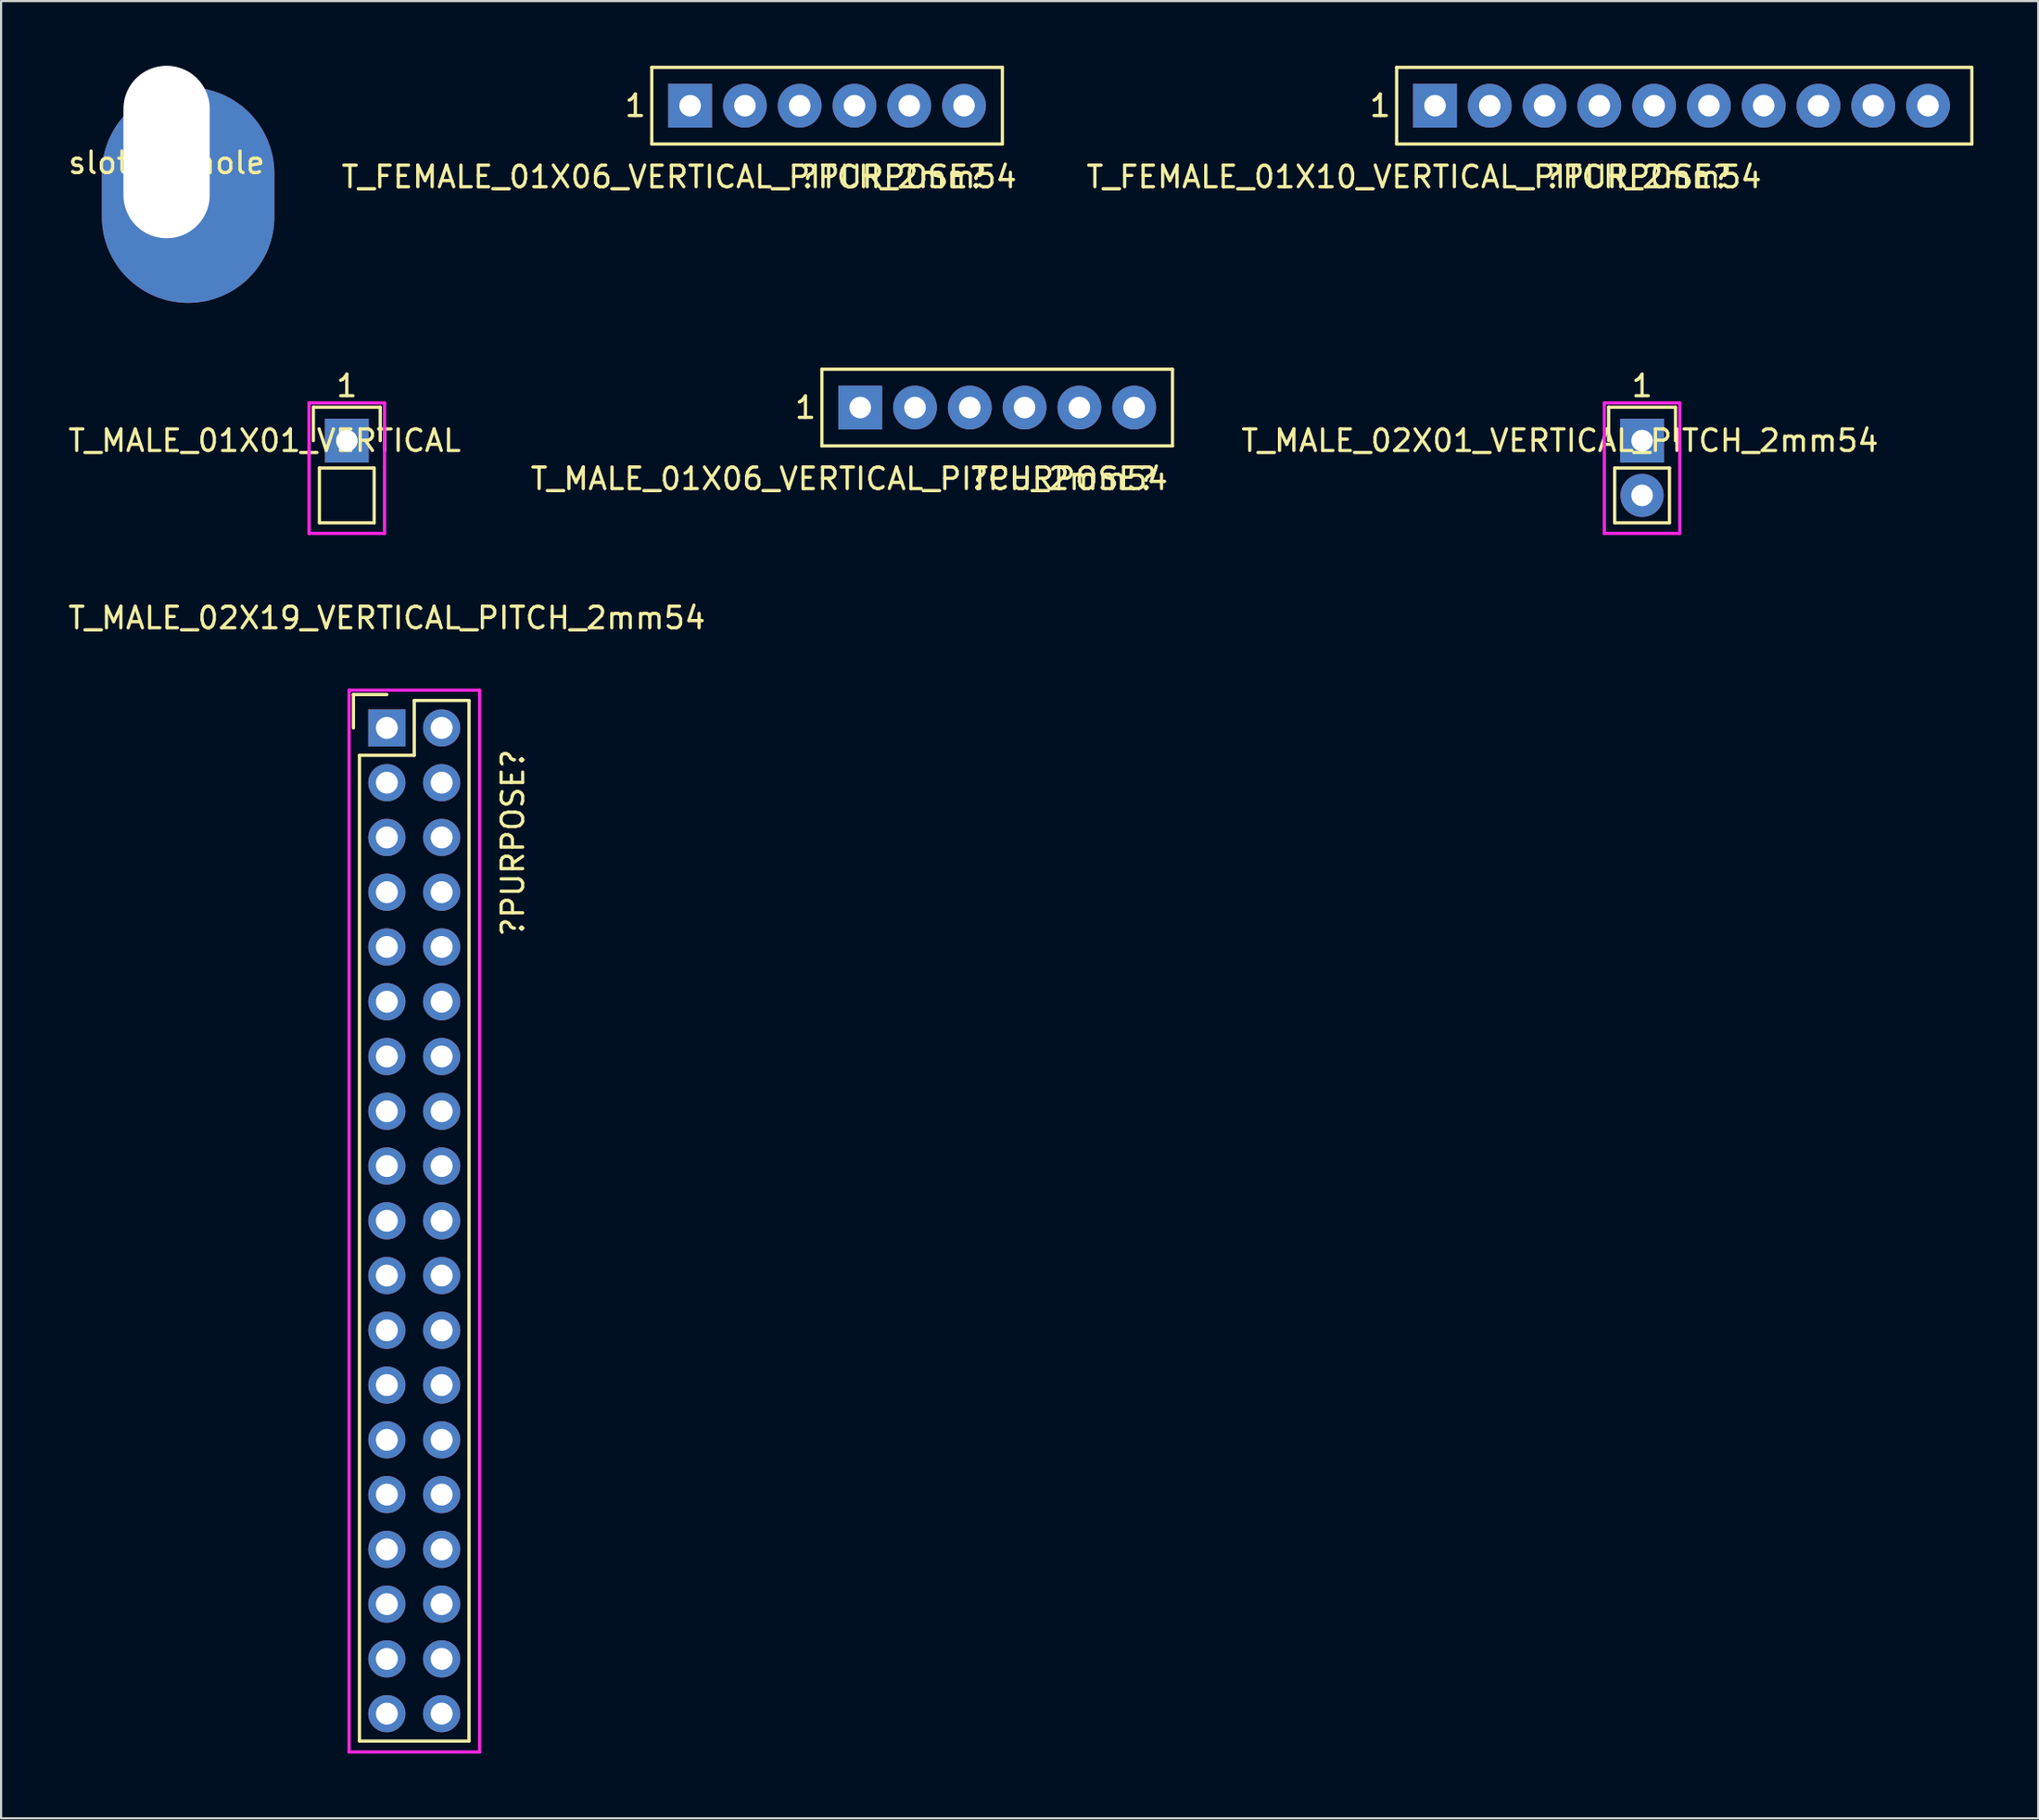
<source format=kicad_pcb>
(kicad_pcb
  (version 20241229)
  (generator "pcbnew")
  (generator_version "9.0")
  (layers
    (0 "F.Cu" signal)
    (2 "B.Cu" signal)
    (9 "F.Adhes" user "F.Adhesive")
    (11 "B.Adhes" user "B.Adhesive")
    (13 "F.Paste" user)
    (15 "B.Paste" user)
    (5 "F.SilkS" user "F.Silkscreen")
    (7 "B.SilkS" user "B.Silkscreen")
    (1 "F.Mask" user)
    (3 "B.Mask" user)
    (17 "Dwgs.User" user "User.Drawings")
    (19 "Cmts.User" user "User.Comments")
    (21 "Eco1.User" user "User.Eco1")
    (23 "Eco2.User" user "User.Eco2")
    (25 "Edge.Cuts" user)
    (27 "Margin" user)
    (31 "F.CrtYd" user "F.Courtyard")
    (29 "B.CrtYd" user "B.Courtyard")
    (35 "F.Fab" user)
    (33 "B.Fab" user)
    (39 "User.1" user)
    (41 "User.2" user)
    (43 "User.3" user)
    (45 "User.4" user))
  (footprint "T_MALE_01X06_VERTICAL_PITCH_2mm54"
    (layer "F.Cu")
    (at 36.835 15.853)
    (property "Reference" "T_MALE_01X06_VERTICAL_PITCH_2mm54" (at -0.508 3.302 0) (layer "F.SilkS") (effects (font (size 1 1) (thickness 0.15))))
    (attr through_hole)
    (fp_line (start -1.778 -1.778) (end 14.478 -1.778) (stroke (width 0.15) (type solid)) (layer "F.SilkS"))
    (fp_line (start -1.778 1.778) (end -1.778 -1.778) (stroke (width 0.15) (type solid)) (layer "F.SilkS"))
    (fp_line (start 14.478 -1.778) (end 14.478 1.778) (stroke (width 0.15) (type solid)) (layer "F.SilkS"))
    (fp_line (start 14.478 1.778) (end -1.778 1.778) (stroke (width 0.15) (type solid)) (layer "F.SilkS"))
    (fp_text user "1" (at -2.54 0 0) (layer "F.SilkS") (effects (font (size 1 1) (thickness 0.15))))
    (fp_text user "?PURPOSE?" (at 9.398 3.302 0) (layer "F.SilkS") (effects (font (size 1 1) (thickness 0.15))))
    (pad "1" thru_hole rect (at 0 0) (size 2.032 2.032) (drill 1) (layers "*.Cu" "*.Mask"))
    (pad "2" thru_hole oval (at 2.54 0) (size 2.032 2.032) (drill 1) (layers "*.Cu" "*.Mask"))
    (pad "3" thru_hole oval (at 5.08 0) (size 2.032 2.032) (drill 1) (layers "*.Cu" "*.Mask"))
    (pad "4" thru_hole oval (at 7.62 0) (size 2.032 2.032) (drill 1) (layers "*.Cu" "*.Mask"))
    (pad "5" thru_hole oval (at 10.16 0) (size 2.032 2.032) (drill 1) (layers "*.Cu" "*.Mask"))
    (pad "6" thru_hole oval (at 12.7 0) (size 2.032 2.032) (drill 1) (layers "*.Cu" "*.Mask")))
  (footprint "T_FEMALE_01X10_VERTICAL_PITCH_2mm54"
    (layer "F.Cu")
    (at 63.484 1.853)
    (property "Reference" "T_FEMALE_01X10_VERTICAL_PITCH_2mm54" (at -0.508 3.302 0) (layer "F.SilkS") (effects (font (size 1 1) (thickness 0.15))))
    (attr through_hole)
    (fp_line (start -1.778 -1.778) (end 24.892 -1.778) (stroke (width 0.15) (type solid)) (layer "F.SilkS"))
    (fp_line (start -1.778 1.778) (end -1.778 -1.778) (stroke (width 0.15) (type solid)) (layer "F.SilkS"))
    (fp_line (start 24.892 -1.778) (end 24.892 1.778) (stroke (width 0.15) (type solid)) (layer "F.SilkS"))
    (fp_line (start 24.892 1.778) (end -1.778 1.778) (stroke (width 0.15) (type solid)) (layer "F.SilkS"))
    (fp_text user "1" (at -2.54 0 0) (layer "F.SilkS") (effects (font (size 1 1) (thickness 0.15))))
    (fp_text user "?PURPOSE?" (at 9.398 3.302 0) (layer "F.SilkS") (effects (font (size 1 1) (thickness 0.15))))
    (pad "1" thru_hole rect (at 0 0) (size 2.032 2.032) (drill 1) (layers "*.Cu" "*.Mask"))
    (pad "2" thru_hole oval (at 2.54 0) (size 2.032 2.032) (drill 1) (layers "*.Cu" "*.Mask"))
    (pad "3" thru_hole oval (at 5.08 0) (size 2.032 2.032) (drill 1) (layers "*.Cu" "*.Mask"))
    (pad "4" thru_hole oval (at 7.62 0) (size 2.032 2.032) (drill 1) (layers "*.Cu" "*.Mask"))
    (pad "5" thru_hole oval (at 10.16 0) (size 2.032 2.032) (drill 1) (layers "*.Cu" "*.Mask"))
    (pad "6" thru_hole oval (at 12.7 0) (size 2.032 2.032) (drill 1) (layers "*.Cu" "*.Mask"))
    (pad "7" thru_hole oval (at 15.24 0) (size 2.032 2.032) (drill 1) (layers "*.Cu" "*.Mask"))
    (pad "8" thru_hole oval (at 17.78 0) (size 2.032 2.032) (drill 1) (layers "*.Cu" "*.Mask"))
    (pad "9" thru_hole oval (at 20.32 0) (size 2.032 2.032) (drill 1) (layers "*.Cu" "*.Mask"))
    (pad "10" thru_hole oval (at 22.86 0) (size 2.032 2.032) (drill 1) (layers "*.Cu" "*.Mask")))
  (footprint "T_MALE_01X01_VERTICAL"
    (layer "F.Cu")
    (at 13.03 17.388)
    (property "Reference" "T_MALE_01X01_VERTICAL" (at -3.81 0 0) (layer "F.SilkS") (effects (font (size 1 1) (thickness 0.15))))
    (attr through_hole)
    (fp_line (start -1.55 -1.55) (end 1.55 -1.55) (stroke (width 0.15) (type solid)) (layer "F.SilkS"))
    (fp_line (start -1.55 0) (end -1.55 -1.55) (stroke (width 0.15) (type solid)) (layer "F.SilkS"))
    (fp_line (start -1.27 1.27) (end -1.27 3.81) (stroke (width 0.15) (type solid)) (layer "F.SilkS"))
    (fp_line (start -1.27 3.81) (end 1.27 3.81) (stroke (width 0.15) (type solid)) (layer "F.SilkS"))
    (fp_line (start 1.27 1.27) (end -1.27 1.27) (stroke (width 0.15) (type solid)) (layer "F.SilkS"))
    (fp_line (start 1.27 1.27) (end 1.27 3.81) (stroke (width 0.15) (type solid)) (layer "F.SilkS"))
    (fp_line (start 1.55 -1.55) (end 1.55 0) (stroke (width 0.15) (type solid)) (layer "F.SilkS"))
    (fp_line (start -1.75 -1.75) (end -1.75 4.3) (stroke (width 0.15) (type solid)) (layer "F.CrtYd"))
    (fp_line (start -1.75 -1.75) (end 1.75 -1.75) (stroke (width 0.15) (type solid)) (layer "F.CrtYd"))
    (fp_line (start -1.75 4.3) (end 1.75 4.3) (stroke (width 0.15) (type solid)) (layer "F.CrtYd"))
    (fp_line (start 1.75 -1.75) (end 1.75 4.3) (stroke (width 0.15) (type solid)) (layer "F.CrtYd"))
    (fp_text user "1" (at 0 -2.54 0) (layer "F.SilkS") (effects (font (size 1 1) (thickness 0.15))))
    (pad "1" thru_hole rect (at 0 0) (size 2.032 2.032) (drill 1) (layers "*.Cu" "*.Mask")))
  (footprint "T_MALE_02X19_VERTICAL_PITCH_2mm54"
    (layer "F.Cu")
    (at 14.887 30.712)
    (property "Reference" "T_MALE_02X19_VERTICAL_PITCH_2mm54" (at 0 -5.1 0) (layer "F.SilkS") (effects (font (size 1 1) (thickness 0.15))))
    (attr through_hole)
    (fp_line (start -1.55 -1.55) (end -1.55 0) (stroke (width 0.15) (type solid)) (layer "F.SilkS"))
    (fp_line (start -1.27 46.99) (end -1.27 1.27) (stroke (width 0.15) (type solid)) (layer "F.SilkS"))
    (fp_line (start 0 -1.55) (end -1.55 -1.55) (stroke (width 0.15) (type solid)) (layer "F.SilkS"))
    (fp_line (start 1.27 -1.27) (end 1.27 1.27) (stroke (width 0.15) (type solid)) (layer "F.SilkS"))
    (fp_line (start 1.27 1.27) (end -1.27 1.27) (stroke (width 0.15) (type solid)) (layer "F.SilkS"))
    (fp_line (start 3.81 -1.27) (end 1.27 -1.27) (stroke (width 0.15) (type solid)) (layer "F.SilkS"))
    (fp_line (start 3.81 -1.27) (end 3.81 46.99) (stroke (width 0.15) (type solid)) (layer "F.SilkS"))
    (fp_line (start 3.81 46.99) (end -1.27 46.99) (stroke (width 0.15) (type solid)) (layer "F.SilkS"))
    (fp_line (start -1.75 -1.75) (end -1.75 47.5) (stroke (width 0.15) (type solid)) (layer "F.CrtYd"))
    (fp_line (start -1.75 -1.75) (end 4.3 -1.75) (stroke (width 0.15) (type solid)) (layer "F.CrtYd"))
    (fp_line (start -1.75 47.5) (end 4.3 47.5) (stroke (width 0.15) (type solid)) (layer "F.CrtYd"))
    (fp_line (start 4.3 -1.75) (end 4.3 47.5) (stroke (width 0.15) (type solid)) (layer "F.CrtYd"))
    (fp_text user "?PURPOSE?" (at 5.842 5.334 90) (layer "F.SilkS") (effects (font (size 1 1) (thickness 0.15))))
    (pad "1" thru_hole rect (at 0 0) (size 1.727 1.727) (drill 1.016) (layers "*.Cu" "*.Mask"))
    (pad "2" thru_hole oval (at 2.54 0) (size 1.727 1.727) (drill 1.016) (layers "*.Cu" "*.Mask"))
    (pad "3" thru_hole oval (at 0 2.54) (size 1.727 1.727) (drill 1.016) (layers "*.Cu" "*.Mask"))
    (pad "4" thru_hole oval (at 2.54 2.54) (size 1.727 1.727) (drill 1.016) (layers "*.Cu" "*.Mask"))
    (pad "5" thru_hole oval (at 0 5.08) (size 1.727 1.727) (drill 1.016) (layers "*.Cu" "*.Mask"))
    (pad "6" thru_hole oval (at 2.54 5.08) (size 1.727 1.727) (drill 1.016) (layers "*.Cu" "*.Mask"))
    (pad "7" thru_hole oval (at 0 7.62) (size 1.727 1.727) (drill 1.016) (layers "*.Cu" "*.Mask"))
    (pad "8" thru_hole oval (at 2.54 7.62) (size 1.727 1.727) (drill 1.016) (layers "*.Cu" "*.Mask"))
    (pad "9" thru_hole oval (at 0 10.16) (size 1.727 1.727) (drill 1.016) (layers "*.Cu" "*.Mask"))
    (pad "10" thru_hole oval (at 2.54 10.16) (size 1.727 1.727) (drill 1.016) (layers "*.Cu" "*.Mask"))
    (pad "11" thru_hole oval (at 0 12.7) (size 1.727 1.727) (drill 1.016) (layers "*.Cu" "*.Mask"))
    (pad "12" thru_hole oval (at 2.54 12.7) (size 1.727 1.727) (drill 1.016) (layers "*.Cu" "*.Mask"))
    (pad "13" thru_hole oval (at 0 15.24) (size 1.727 1.727) (drill 1.016) (layers "*.Cu" "*.Mask"))
    (pad "14" thru_hole oval (at 2.54 15.24) (size 1.727 1.727) (drill 1.016) (layers "*.Cu" "*.Mask"))
    (pad "15" thru_hole oval (at 0 17.78) (size 1.727 1.727) (drill 1.016) (layers "*.Cu" "*.Mask"))
    (pad "16" thru_hole oval (at 2.54 17.78) (size 1.727 1.727) (drill 1.016) (layers "*.Cu" "*.Mask"))
    (pad "17" thru_hole oval (at 0 20.32) (size 1.727 1.727) (drill 1.016) (layers "*.Cu" "*.Mask"))
    (pad "18" thru_hole oval (at 2.54 20.32) (size 1.727 1.727) (drill 1.016) (layers "*.Cu" "*.Mask"))
    (pad "19" thru_hole oval (at 0 22.86) (size 1.727 1.727) (drill 1.016) (layers "*.Cu" "*.Mask"))
    (pad "20" thru_hole oval (at 2.54 22.86) (size 1.727 1.727) (drill 1.016) (layers "*.Cu" "*.Mask"))
    (pad "21" thru_hole oval (at 0 25.4) (size 1.727 1.727) (drill 1.016) (layers "*.Cu" "*.Mask"))
    (pad "22" thru_hole oval (at 2.54 25.4) (size 1.727 1.727) (drill 1.016) (layers "*.Cu" "*.Mask"))
    (pad "23" thru_hole oval (at 0 27.94) (size 1.727 1.727) (drill 1.016) (layers "*.Cu" "*.Mask"))
    (pad "24" thru_hole oval (at 2.54 27.94) (size 1.727 1.727) (drill 1.016) (layers "*.Cu" "*.Mask"))
    (pad "25" thru_hole oval (at 0 30.48) (size 1.727 1.727) (drill 1.016) (layers "*.Cu" "*.Mask"))
    (pad "26" thru_hole oval (at 2.54 30.48) (size 1.727 1.727) (drill 1.016) (layers "*.Cu" "*.Mask"))
    (pad "27" thru_hole oval (at 0 33.02) (size 1.727 1.727) (drill 1.016) (layers "*.Cu" "*.Mask"))
    (pad "28" thru_hole oval (at 2.54 33.02) (size 1.727 1.727) (drill 1.016) (layers "*.Cu" "*.Mask"))
    (pad "29" thru_hole oval (at 0 35.56) (size 1.727 1.727) (drill 1.016) (layers "*.Cu" "*.Mask"))
    (pad "30" thru_hole oval (at 2.54 35.56) (size 1.727 1.727) (drill 1.016) (layers "*.Cu" "*.Mask"))
    (pad "31" thru_hole oval (at 0 38.1) (size 1.727 1.727) (drill 1.016) (layers "*.Cu" "*.Mask"))
    (pad "32" thru_hole oval (at 2.54 38.1) (size 1.727 1.727) (drill 1.016) (layers "*.Cu" "*.Mask"))
    (pad "33" thru_hole oval (at 0 40.64) (size 1.727 1.727) (drill 1.016) (layers "*.Cu" "*.Mask"))
    (pad "34" thru_hole oval (at 2.54 40.64) (size 1.727 1.727) (drill 1.016) (layers "*.Cu" "*.Mask"))
    (pad "35" thru_hole oval (at 0 43.18) (size 1.727 1.727) (drill 1.016) (layers "*.Cu" "*.Mask"))
    (pad "36" thru_hole oval (at 2.54 43.18) (size 1.727 1.727) (drill 1.016) (layers "*.Cu" "*.Mask"))
    (pad "37" thru_hole oval (at 0 45.72) (size 1.727 1.727) (drill 1.016) (layers "*.Cu" "*.Mask"))
    (pad "38" thru_hole oval (at 2.54 45.72) (size 1.727 1.727) (drill 1.016) (layers "*.Cu" "*.Mask")))
  (footprint "T_MALE_02X01_VERTICAL_PITCH_2mm54"
    (layer "F.Cu")
    (at 73.085 17.388)
    (property "Reference" "T_MALE_02X01_VERTICAL_PITCH_2mm54" (at -3.81 0 0) (layer "F.SilkS") (effects (font (size 1 1) (thickness 0.15))))
    (attr through_hole)
    (fp_line (start -1.55 -1.55) (end 1.55 -1.55) (stroke (width 0.15) (type solid)) (layer "F.SilkS"))
    (fp_line (start -1.55 0) (end -1.55 -1.55) (stroke (width 0.15) (type solid)) (layer "F.SilkS"))
    (fp_line (start -1.27 1.27) (end -1.27 3.81) (stroke (width 0.15) (type solid)) (layer "F.SilkS"))
    (fp_line (start -1.27 3.81) (end 1.27 3.81) (stroke (width 0.15) (type solid)) (layer "F.SilkS"))
    (fp_line (start 1.27 1.27) (end -1.27 1.27) (stroke (width 0.15) (type solid)) (layer "F.SilkS"))
    (fp_line (start 1.27 1.27) (end 1.27 3.81) (stroke (width 0.15) (type solid)) (layer "F.SilkS"))
    (fp_line (start 1.55 -1.55) (end 1.55 0) (stroke (width 0.15) (type solid)) (layer "F.SilkS"))
    (fp_line (start -1.75 -1.75) (end -1.75 4.3) (stroke (width 0.15) (type solid)) (layer "F.CrtYd"))
    (fp_line (start -1.75 -1.75) (end 1.75 -1.75) (stroke (width 0.15) (type solid)) (layer "F.CrtYd"))
    (fp_line (start -1.75 4.3) (end 1.75 4.3) (stroke (width 0.15) (type solid)) (layer "F.CrtYd"))
    (fp_line (start 1.75 -1.75) (end 1.75 4.3) (stroke (width 0.15) (type solid)) (layer "F.CrtYd"))
    (fp_text user "1" (at 0 -2.54 0) (layer "F.SilkS") (effects (font (size 1 1) (thickness 0.15))))
    (pad "1" thru_hole rect (at 0 0) (size 2.032 2.032) (drill 1) (layers "*.Cu" "*.Mask"))
    (pad "2" thru_hole oval (at 0 2.54) (size 2 2) (drill 1) (layers "*.Cu" "*.Mask")))
  (footprint "slotted_hole"
    (layer "F.Cu")
    (at 4.673 4)
    (property "Reference" "slotted_hole" (at 0 0.5 0) (layer "F.SilkS") (effects (font (size 1 1) (thickness 0.15))))
    (attr through_hole)
    (pad "1" thru_hole oval (at 0 0) (size 8 10) (drill oval 4 8 (offset 1 2)) (layers "*.Cu" "*.Mask")))
  (footprint "T_FEMALE_01X06_VERTICAL_PITCH_2mm54"
    (layer "F.Cu")
    (at 28.948 1.853)
    (property "Reference" "T_FEMALE_01X06_VERTICAL_PITCH_2mm54" (at -0.508 3.302 0) (layer "F.SilkS") (effects (font (size 1 1) (thickness 0.15))))
    (attr through_hole)
    (fp_line (start -1.778 -1.778) (end 14.478 -1.778) (stroke (width 0.15) (type solid)) (layer "F.SilkS"))
    (fp_line (start -1.778 1.778) (end -1.778 -1.778) (stroke (width 0.15) (type solid)) (layer "F.SilkS"))
    (fp_line (start 14.478 -1.778) (end 14.478 1.778) (stroke (width 0.15) (type solid)) (layer "F.SilkS"))
    (fp_line (start 14.478 1.778) (end -1.778 1.778) (stroke (width 0.15) (type solid)) (layer "F.SilkS"))
    (fp_text user "1" (at -2.54 0 0) (layer "F.SilkS") (effects (font (size 1 1) (thickness 0.15))))
    (fp_text user "?PURPOSE?" (at 9.398 3.302 0) (layer "F.SilkS") (effects (font (size 1 1) (thickness 0.15))))
    (pad "1" thru_hole rect (at 0 0) (size 2.032 2.032) (drill 1) (layers "*.Cu" "*.Mask"))
    (pad "2" thru_hole oval (at 2.54 0) (size 2.032 2.032) (drill 1) (layers "*.Cu" "*.Mask"))
    (pad "3" thru_hole oval (at 5.08 0) (size 2.032 2.032) (drill 1) (layers "*.Cu" "*.Mask"))
    (pad "4" thru_hole oval (at 7.62 0) (size 2.032 2.032) (drill 1) (layers "*.Cu" "*.Mask"))
    (pad "5" thru_hole oval (at 10.16 0) (size 2.032 2.032) (drill 1) (layers "*.Cu" "*.Mask"))
    (pad "6" thru_hole oval (at 12.7 0) (size 2.032 2.032) (drill 1) (layers "*.Cu" "*.Mask")))
  (gr_rect
    (start -3 -3)
    (end 91.451 81.287)
    (stroke (width 0.1) (type default))
    (fill no)
    (layer "Edge.Cuts")))
</source>
